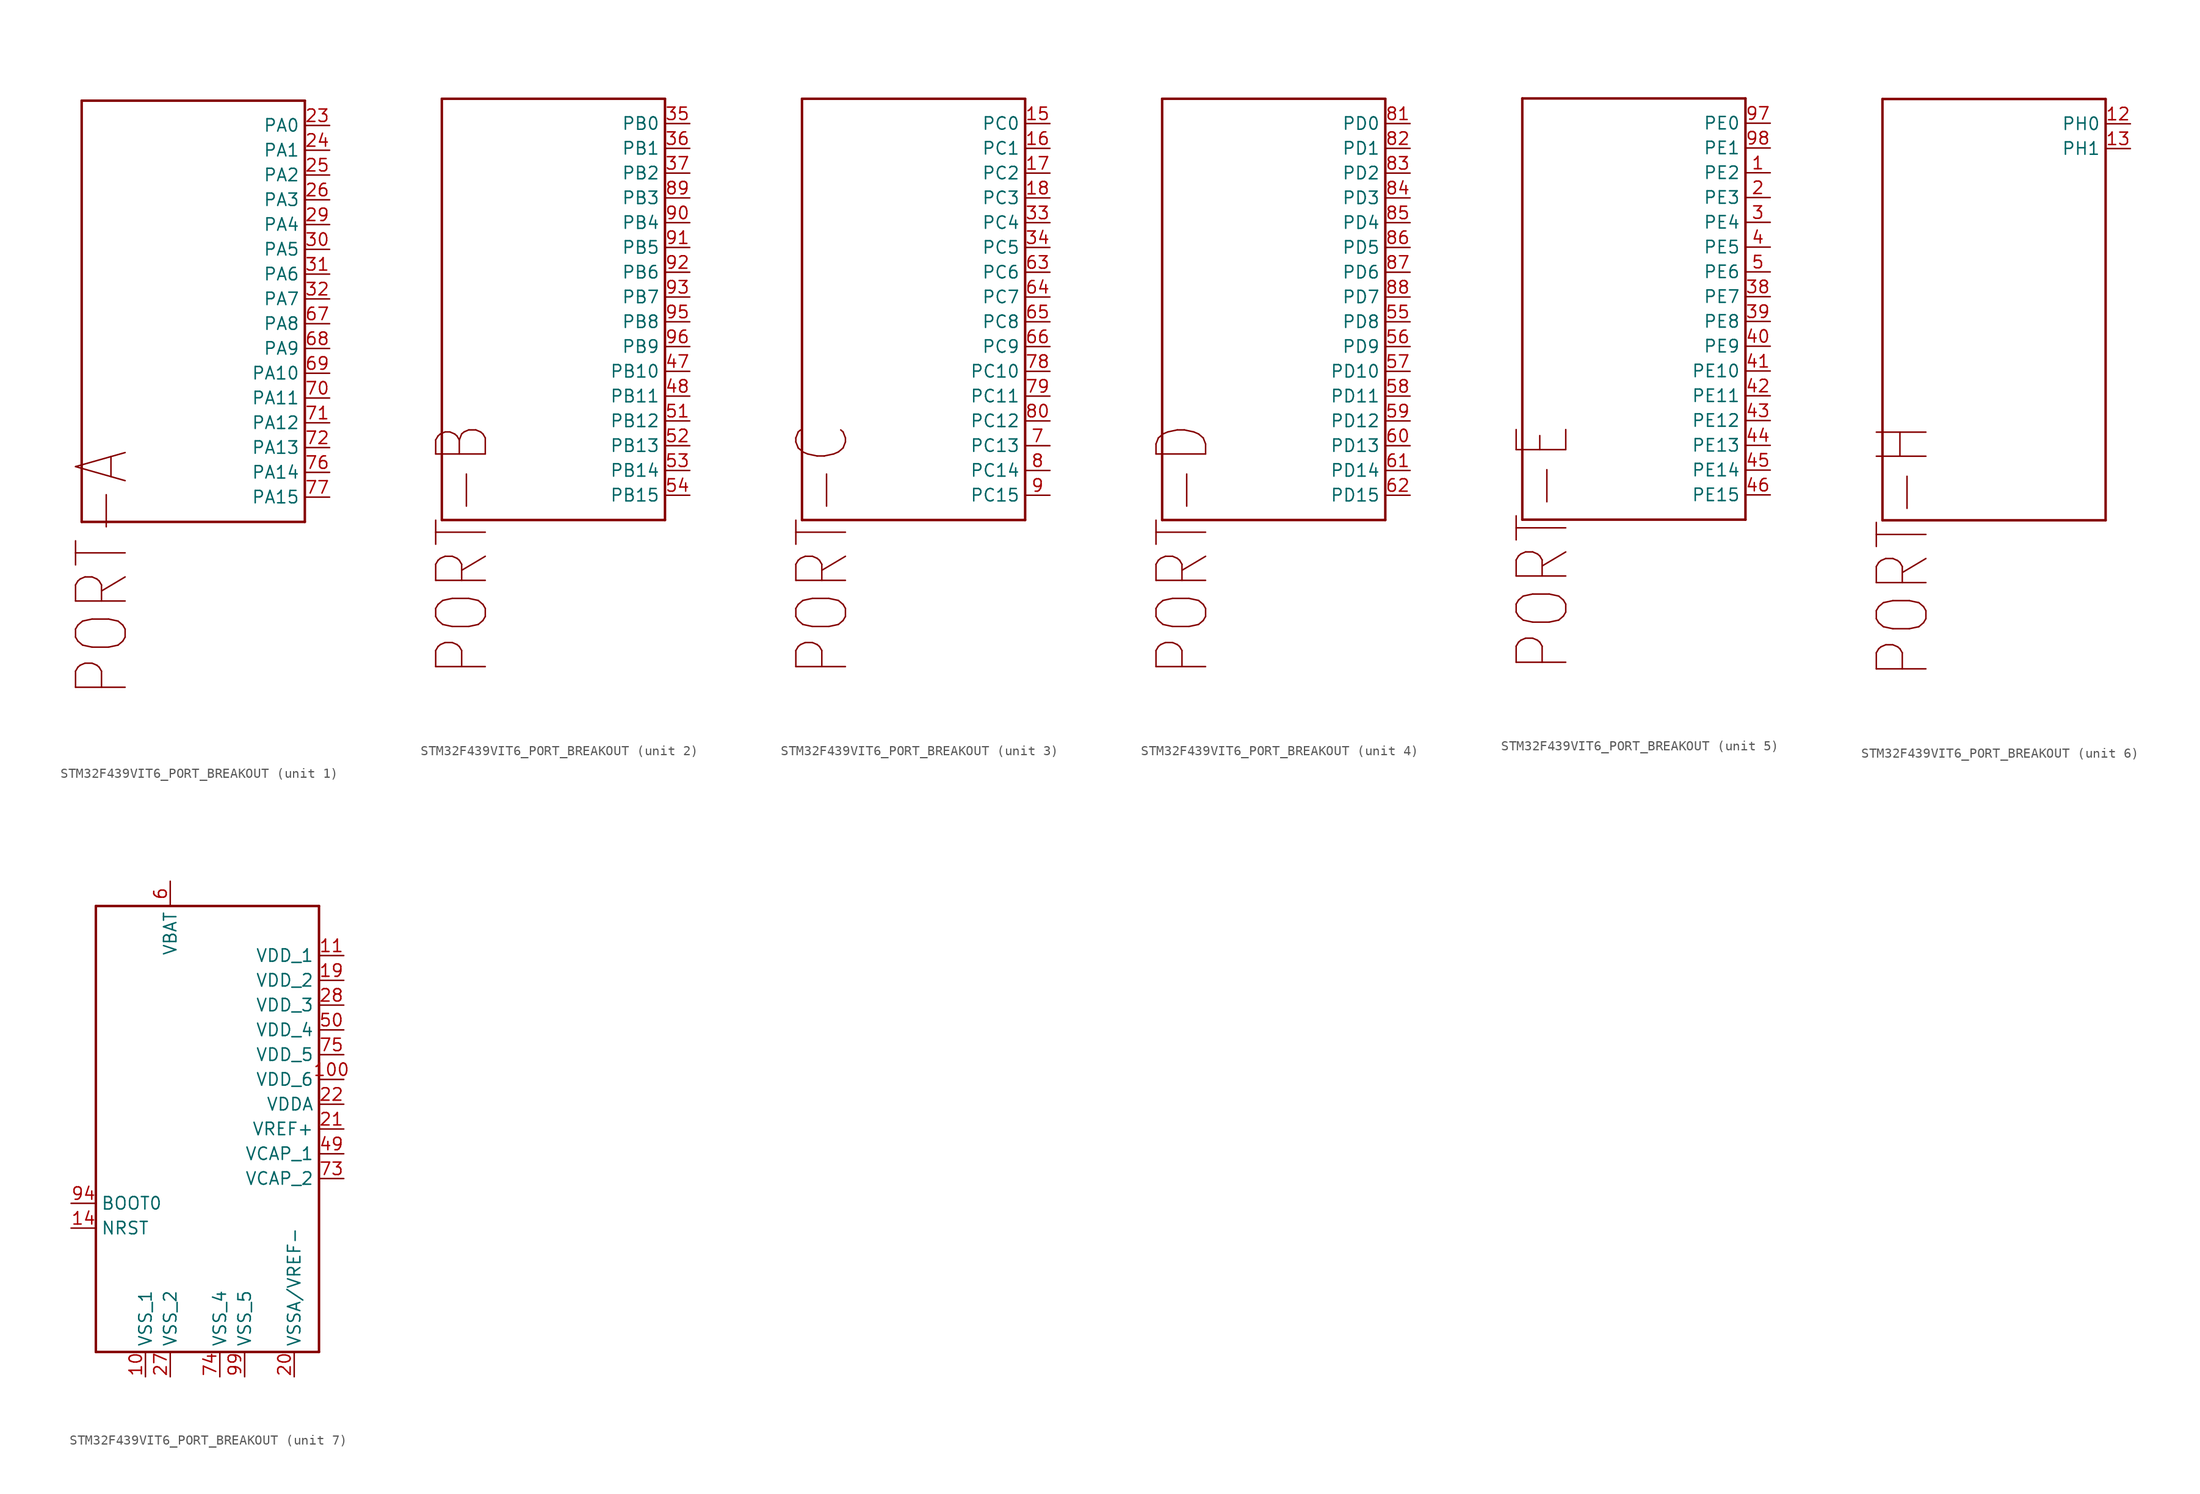
<source format=kicad_sym>
(kicad_symbol_lib
  (version 20211014)
  (generator kicad_symbol_editor)
  (symbol "STM32F439VIT6_PORT_BREAKOUT"
    (property "Reference" "IC"
      (at 0 0 0)
      (effects (font (size 1.27 1.27)) hide))
    (property "ki_locked" ""
      (at 0 0 0)
      (effects (font (size 1.27 1.27))))
    (symbol "STM32F439VIT6_PORT_BREAKOUT_1_0"
      (polyline (pts (xy -12.7 20.32) (xy -12.7 -22.86)) (stroke (width 0.254) (type default) (color 0 0 0 0)) (fill (type none)))
      (polyline (pts (xy -12.7 20.32) (xy 10.16 20.32)) (stroke (width 0.254) (type default) (color 0 0 0 0)) (fill (type none)))
      (polyline (pts (xy 10.16 -22.86) (xy -12.7 -22.86)) (stroke (width 0.254) (type default) (color 0 0 0 0)) (fill (type none)))
      (polyline (pts (xy 10.16 -22.86) (xy 10.16 20.32)) (stroke (width 0.254) (type default) (color 0 0 0 0)) (fill (type none)))
      (text "PORT-A" (at -7.62 -15.24 900) (effects (font (size 5.08 4.318)) (justify right bottom)))
      (pin bidirectional line (at 12.7 17.78 180) (length 2.54) (name "PA0" (effects (font (size 1.27 1.27)))) (number "23" (effects (font (size 1.27 1.27)))))
      (pin bidirectional line (at 12.7 15.24 180) (length 2.54) (name "PA1" (effects (font (size 1.27 1.27)))) (number "24" (effects (font (size 1.27 1.27)))))
      (pin bidirectional line (at 12.7 12.7 180) (length 2.54) (name "PA2" (effects (font (size 1.27 1.27)))) (number "25" (effects (font (size 1.27 1.27)))))
      (pin bidirectional line (at 12.7 10.16 180) (length 2.54) (name "PA3" (effects (font (size 1.27 1.27)))) (number "26" (effects (font (size 1.27 1.27)))))
      (pin bidirectional line (at 12.7 7.62 180) (length 2.54) (name "PA4" (effects (font (size 1.27 1.27)))) (number "29" (effects (font (size 1.27 1.27)))))
      (pin bidirectional line (at 12.7 5.08 180) (length 2.54) (name "PA5" (effects (font (size 1.27 1.27)))) (number "30" (effects (font (size 1.27 1.27)))))
      (pin bidirectional line (at 12.7 2.54 180) (length 2.54) (name "PA6" (effects (font (size 1.27 1.27)))) (number "31" (effects (font (size 1.27 1.27)))))
      (pin bidirectional line (at 12.7 0 180) (length 2.54) (name "PA7" (effects (font (size 1.27 1.27)))) (number "32" (effects (font (size 1.27 1.27)))))
      (pin bidirectional line (at 12.7 -2.54 180) (length 2.54) (name "PA8" (effects (font (size 1.27 1.27)))) (number "67" (effects (font (size 1.27 1.27)))))
      (pin bidirectional line (at 12.7 -5.08 180) (length 2.54) (name "PA9" (effects (font (size 1.27 1.27)))) (number "68" (effects (font (size 1.27 1.27)))))
      (pin bidirectional line (at 12.7 -7.62 180) (length 2.54) (name "PA10" (effects (font (size 1.27 1.27)))) (number "69" (effects (font (size 1.27 1.27)))))
      (pin bidirectional line (at 12.7 -10.16 180) (length 2.54) (name "PA11" (effects (font (size 1.27 1.27)))) (number "70" (effects (font (size 1.27 1.27)))))
      (pin bidirectional line (at 12.7 -12.7 180) (length 2.54) (name "PA12" (effects (font (size 1.27 1.27)))) (number "71" (effects (font (size 1.27 1.27)))))
      (pin bidirectional line (at 12.7 -15.24 180) (length 2.54) (name "PA13" (effects (font (size 1.27 1.27)))) (number "72" (effects (font (size 1.27 1.27)))))
      (pin bidirectional line (at 12.7 -17.78 180) (length 2.54) (name "PA14" (effects (font (size 1.27 1.27)))) (number "76" (effects (font (size 1.27 1.27)))))
      (pin bidirectional line (at 12.7 -20.32 180) (length 2.54) (name "PA15" (effects (font (size 1.27 1.27)))) (number "77" (effects (font (size 1.27 1.27))))))
    (symbol "STM32F439VIT6_PORT_BREAKOUT_2_0"
      (polyline (pts (xy -12.7 20.32) (xy -12.7 -22.86)) (stroke (width 0.254) (type default) (color 0 0 0 0)) (fill (type none)))
      (polyline (pts (xy -12.7 20.32) (xy 10.16 20.32)) (stroke (width 0.254) (type default) (color 0 0 0 0)) (fill (type none)))
      (polyline (pts (xy 10.16 -22.86) (xy -12.7 -22.86)) (stroke (width 0.254) (type default) (color 0 0 0 0)) (fill (type none)))
      (polyline (pts (xy 10.16 -22.86) (xy 10.16 20.32)) (stroke (width 0.254) (type default) (color 0 0 0 0)) (fill (type none)))
      (text "PORT-B" (at -7.62 -12.7 900) (effects (font (size 5.08 4.318)) (justify right bottom)))
      (pin bidirectional line (at 12.7 17.78 180) (length 2.54) (name "PB0" (effects (font (size 1.27 1.27)))) (number "35" (effects (font (size 1.27 1.27)))))
      (pin bidirectional line (at 12.7 15.24 180) (length 2.54) (name "PB1" (effects (font (size 1.27 1.27)))) (number "36" (effects (font (size 1.27 1.27)))))
      (pin bidirectional line (at 12.7 12.7 180) (length 2.54) (name "PB2" (effects (font (size 1.27 1.27)))) (number "37" (effects (font (size 1.27 1.27)))))
      (pin bidirectional line (at 12.7 -7.62 180) (length 2.54) (name "PB10" (effects (font (size 1.27 1.27)))) (number "47" (effects (font (size 1.27 1.27)))))
      (pin bidirectional line (at 12.7 -10.16 180) (length 2.54) (name "PB11" (effects (font (size 1.27 1.27)))) (number "48" (effects (font (size 1.27 1.27)))))
      (pin bidirectional line (at 12.7 -12.7 180) (length 2.54) (name "PB12" (effects (font (size 1.27 1.27)))) (number "51" (effects (font (size 1.27 1.27)))))
      (pin bidirectional line (at 12.7 -15.24 180) (length 2.54) (name "PB13" (effects (font (size 1.27 1.27)))) (number "52" (effects (font (size 1.27 1.27)))))
      (pin bidirectional line (at 12.7 -17.78 180) (length 2.54) (name "PB14" (effects (font (size 1.27 1.27)))) (number "53" (effects (font (size 1.27 1.27)))))
      (pin bidirectional line (at 12.7 -20.32 180) (length 2.54) (name "PB15" (effects (font (size 1.27 1.27)))) (number "54" (effects (font (size 1.27 1.27)))))
      (pin bidirectional line (at 12.7 10.16 180) (length 2.54) (name "PB3" (effects (font (size 1.27 1.27)))) (number "89" (effects (font (size 1.27 1.27)))))
      (pin bidirectional line (at 12.7 7.62 180) (length 2.54) (name "PB4" (effects (font (size 1.27 1.27)))) (number "90" (effects (font (size 1.27 1.27)))))
      (pin bidirectional line (at 12.7 5.08 180) (length 2.54) (name "PB5" (effects (font (size 1.27 1.27)))) (number "91" (effects (font (size 1.27 1.27)))))
      (pin bidirectional line (at 12.7 2.54 180) (length 2.54) (name "PB6" (effects (font (size 1.27 1.27)))) (number "92" (effects (font (size 1.27 1.27)))))
      (pin bidirectional line (at 12.7 0 180) (length 2.54) (name "PB7" (effects (font (size 1.27 1.27)))) (number "93" (effects (font (size 1.27 1.27)))))
      (pin bidirectional line (at 12.7 -2.54 180) (length 2.54) (name "PB8" (effects (font (size 1.27 1.27)))) (number "95" (effects (font (size 1.27 1.27)))))
      (pin bidirectional line (at 12.7 -5.08 180) (length 2.54) (name "PB9" (effects (font (size 1.27 1.27)))) (number "96" (effects (font (size 1.27 1.27))))))
    (symbol "STM32F439VIT6_PORT_BREAKOUT_3_0"
      (polyline (pts (xy -12.7 20.32) (xy -12.7 -22.86)) (stroke (width 0.254) (type default) (color 0 0 0 0)) (fill (type none)))
      (polyline (pts (xy -12.7 20.32) (xy 10.16 20.32)) (stroke (width 0.254) (type default) (color 0 0 0 0)) (fill (type none)))
      (polyline (pts (xy 10.16 -22.86) (xy -12.7 -22.86)) (stroke (width 0.254) (type default) (color 0 0 0 0)) (fill (type none)))
      (polyline (pts (xy 10.16 -22.86) (xy 10.16 20.32)) (stroke (width 0.254) (type default) (color 0 0 0 0)) (fill (type none)))
      (text "PORT-C" (at -7.62 -12.7 900) (effects (font (size 5.08 4.318)) (justify right bottom)))
      (pin bidirectional line (at 12.7 17.78 180) (length 2.54) (name "PC0" (effects (font (size 1.27 1.27)))) (number "15" (effects (font (size 1.27 1.27)))))
      (pin bidirectional line (at 12.7 15.24 180) (length 2.54) (name "PC1" (effects (font (size 1.27 1.27)))) (number "16" (effects (font (size 1.27 1.27)))))
      (pin bidirectional line (at 12.7 12.7 180) (length 2.54) (name "PC2" (effects (font (size 1.27 1.27)))) (number "17" (effects (font (size 1.27 1.27)))))
      (pin bidirectional line (at 12.7 10.16 180) (length 2.54) (name "PC3" (effects (font (size 1.27 1.27)))) (number "18" (effects (font (size 1.27 1.27)))))
      (pin bidirectional line (at 12.7 7.62 180) (length 2.54) (name "PC4" (effects (font (size 1.27 1.27)))) (number "33" (effects (font (size 1.27 1.27)))))
      (pin bidirectional line (at 12.7 5.08 180) (length 2.54) (name "PC5" (effects (font (size 1.27 1.27)))) (number "34" (effects (font (size 1.27 1.27)))))
      (pin bidirectional line (at 12.7 2.54 180) (length 2.54) (name "PC6" (effects (font (size 1.27 1.27)))) (number "63" (effects (font (size 1.27 1.27)))))
      (pin bidirectional line (at 12.7 0 180) (length 2.54) (name "PC7" (effects (font (size 1.27 1.27)))) (number "64" (effects (font (size 1.27 1.27)))))
      (pin bidirectional line (at 12.7 -2.54 180) (length 2.54) (name "PC8" (effects (font (size 1.27 1.27)))) (number "65" (effects (font (size 1.27 1.27)))))
      (pin bidirectional line (at 12.7 -5.08 180) (length 2.54) (name "PC9" (effects (font (size 1.27 1.27)))) (number "66" (effects (font (size 1.27 1.27)))))
      (pin bidirectional line (at 12.7 -15.24 180) (length 2.54) (name "PC13" (effects (font (size 1.27 1.27)))) (number "7" (effects (font (size 1.27 1.27)))))
      (pin bidirectional line (at 12.7 -7.62 180) (length 2.54) (name "PC10" (effects (font (size 1.27 1.27)))) (number "78" (effects (font (size 1.27 1.27)))))
      (pin bidirectional line (at 12.7 -10.16 180) (length 2.54) (name "PC11" (effects (font (size 1.27 1.27)))) (number "79" (effects (font (size 1.27 1.27)))))
      (pin bidirectional line (at 12.7 -17.78 180) (length 2.54) (name "PC14" (effects (font (size 1.27 1.27)))) (number "8" (effects (font (size 1.27 1.27)))))
      (pin bidirectional line (at 12.7 -12.7 180) (length 2.54) (name "PC12" (effects (font (size 1.27 1.27)))) (number "80" (effects (font (size 1.27 1.27)))))
      (pin bidirectional line (at 12.7 -20.32 180) (length 2.54) (name "PC15" (effects (font (size 1.27 1.27)))) (number "9" (effects (font (size 1.27 1.27))))))
    (symbol "STM32F439VIT6_PORT_BREAKOUT_4_0"
      (polyline (pts (xy -12.7 20.32) (xy -12.7 -22.86)) (stroke (width 0.254) (type default) (color 0 0 0 0)) (fill (type none)))
      (polyline (pts (xy -12.7 20.32) (xy 10.16 20.32)) (stroke (width 0.254) (type default) (color 0 0 0 0)) (fill (type none)))
      (polyline (pts (xy 10.16 -22.86) (xy -12.7 -22.86)) (stroke (width 0.254) (type default) (color 0 0 0 0)) (fill (type none)))
      (polyline (pts (xy 10.16 -22.86) (xy 10.16 20.32)) (stroke (width 0.254) (type default) (color 0 0 0 0)) (fill (type none)))
      (text "PORT-D" (at -7.62 -12.7 900) (effects (font (size 5.08 4.318)) (justify right bottom)))
      (pin bidirectional line (at 12.7 -2.54 180) (length 2.54) (name "PD8" (effects (font (size 1.27 1.27)))) (number "55" (effects (font (size 1.27 1.27)))))
      (pin bidirectional line (at 12.7 -5.08 180) (length 2.54) (name "PD9" (effects (font (size 1.27 1.27)))) (number "56" (effects (font (size 1.27 1.27)))))
      (pin bidirectional line (at 12.7 -7.62 180) (length 2.54) (name "PD10" (effects (font (size 1.27 1.27)))) (number "57" (effects (font (size 1.27 1.27)))))
      (pin bidirectional line (at 12.7 -10.16 180) (length 2.54) (name "PD11" (effects (font (size 1.27 1.27)))) (number "58" (effects (font (size 1.27 1.27)))))
      (pin bidirectional line (at 12.7 -12.7 180) (length 2.54) (name "PD12" (effects (font (size 1.27 1.27)))) (number "59" (effects (font (size 1.27 1.27)))))
      (pin bidirectional line (at 12.7 -15.24 180) (length 2.54) (name "PD13" (effects (font (size 1.27 1.27)))) (number "60" (effects (font (size 1.27 1.27)))))
      (pin bidirectional line (at 12.7 -17.78 180) (length 2.54) (name "PD14" (effects (font (size 1.27 1.27)))) (number "61" (effects (font (size 1.27 1.27)))))
      (pin bidirectional line (at 12.7 -20.32 180) (length 2.54) (name "PD15" (effects (font (size 1.27 1.27)))) (number "62" (effects (font (size 1.27 1.27)))))
      (pin bidirectional line (at 12.7 17.78 180) (length 2.54) (name "PD0" (effects (font (size 1.27 1.27)))) (number "81" (effects (font (size 1.27 1.27)))))
      (pin bidirectional line (at 12.7 15.24 180) (length 2.54) (name "PD1" (effects (font (size 1.27 1.27)))) (number "82" (effects (font (size 1.27 1.27)))))
      (pin bidirectional line (at 12.7 12.7 180) (length 2.54) (name "PD2" (effects (font (size 1.27 1.27)))) (number "83" (effects (font (size 1.27 1.27)))))
      (pin bidirectional line (at 12.7 10.16 180) (length 2.54) (name "PD3" (effects (font (size 1.27 1.27)))) (number "84" (effects (font (size 1.27 1.27)))))
      (pin bidirectional line (at 12.7 7.62 180) (length 2.54) (name "PD4" (effects (font (size 1.27 1.27)))) (number "85" (effects (font (size 1.27 1.27)))))
      (pin bidirectional line (at 12.7 5.08 180) (length 2.54) (name "PD5" (effects (font (size 1.27 1.27)))) (number "86" (effects (font (size 1.27 1.27)))))
      (pin bidirectional line (at 12.7 2.54 180) (length 2.54) (name "PD6" (effects (font (size 1.27 1.27)))) (number "87" (effects (font (size 1.27 1.27)))))
      (pin bidirectional line (at 12.7 0 180) (length 2.54) (name "PD7" (effects (font (size 1.27 1.27)))) (number "88" (effects (font (size 1.27 1.27))))))
    (symbol "STM32F439VIT6_PORT_BREAKOUT_5_0"
      (polyline (pts (xy -12.7 20.32) (xy -12.7 -22.86)) (stroke (width 0.254) (type default) (color 0 0 0 0)) (fill (type none)))
      (polyline (pts (xy -12.7 20.32) (xy 10.16 20.32)) (stroke (width 0.254) (type default) (color 0 0 0 0)) (fill (type none)))
      (polyline (pts (xy 10.16 -22.86) (xy -12.7 -22.86)) (stroke (width 0.254) (type default) (color 0 0 0 0)) (fill (type none)))
      (polyline (pts (xy 10.16 -22.86) (xy 10.16 20.32)) (stroke (width 0.254) (type default) (color 0 0 0 0)) (fill (type none)))
      (text "PORT-E" (at -7.62 -12.7 900) (effects (font (size 5.08 4.318)) (justify right bottom)))
      (pin bidirectional line (at 12.7 12.7 180) (length 2.54) (name "PE2" (effects (font (size 1.27 1.27)))) (number "1" (effects (font (size 1.27 1.27)))))
      (pin bidirectional line (at 12.7 10.16 180) (length 2.54) (name "PE3" (effects (font (size 1.27 1.27)))) (number "2" (effects (font (size 1.27 1.27)))))
      (pin bidirectional line (at 12.7 7.62 180) (length 2.54) (name "PE4" (effects (font (size 1.27 1.27)))) (number "3" (effects (font (size 1.27 1.27)))))
      (pin bidirectional line (at 12.7 0 180) (length 2.54) (name "PE7" (effects (font (size 1.27 1.27)))) (number "38" (effects (font (size 1.27 1.27)))))
      (pin bidirectional line (at 12.7 -2.54 180) (length 2.54) (name "PE8" (effects (font (size 1.27 1.27)))) (number "39" (effects (font (size 1.27 1.27)))))
      (pin bidirectional line (at 12.7 5.08 180) (length 2.54) (name "PE5" (effects (font (size 1.27 1.27)))) (number "4" (effects (font (size 1.27 1.27)))))
      (pin bidirectional line (at 12.7 -5.08 180) (length 2.54) (name "PE9" (effects (font (size 1.27 1.27)))) (number "40" (effects (font (size 1.27 1.27)))))
      (pin bidirectional line (at 12.7 -7.62 180) (length 2.54) (name "PE10" (effects (font (size 1.27 1.27)))) (number "41" (effects (font (size 1.27 1.27)))))
      (pin bidirectional line (at 12.7 -10.16 180) (length 2.54) (name "PE11" (effects (font (size 1.27 1.27)))) (number "42" (effects (font (size 1.27 1.27)))))
      (pin bidirectional line (at 12.7 -12.7 180) (length 2.54) (name "PE12" (effects (font (size 1.27 1.27)))) (number "43" (effects (font (size 1.27 1.27)))))
      (pin bidirectional line (at 12.7 -15.24 180) (length 2.54) (name "PE13" (effects (font (size 1.27 1.27)))) (number "44" (effects (font (size 1.27 1.27)))))
      (pin bidirectional line (at 12.7 -17.78 180) (length 2.54) (name "PE14" (effects (font (size 1.27 1.27)))) (number "45" (effects (font (size 1.27 1.27)))))
      (pin bidirectional line (at 12.7 -20.32 180) (length 2.54) (name "PE15" (effects (font (size 1.27 1.27)))) (number "46" (effects (font (size 1.27 1.27)))))
      (pin bidirectional line (at 12.7 2.54 180) (length 2.54) (name "PE6" (effects (font (size 1.27 1.27)))) (number "5" (effects (font (size 1.27 1.27)))))
      (pin bidirectional line (at 12.7 17.78 180) (length 2.54) (name "PE0" (effects (font (size 1.27 1.27)))) (number "97" (effects (font (size 1.27 1.27)))))
      (pin bidirectional line (at 12.7 15.24 180) (length 2.54) (name "PE1" (effects (font (size 1.27 1.27)))) (number "98" (effects (font (size 1.27 1.27))))))
    (symbol "STM32F439VIT6_PORT_BREAKOUT_6_0"
      (polyline (pts (xy -12.7 20.32) (xy -12.7 -22.86)) (stroke (width 0.254) (type default) (color 0 0 0 0)) (fill (type none)))
      (polyline (pts (xy -12.7 20.32) (xy 10.16 20.32)) (stroke (width 0.254) (type default) (color 0 0 0 0)) (fill (type none)))
      (polyline (pts (xy 10.16 -22.86) (xy -12.7 -22.86)) (stroke (width 0.254) (type default) (color 0 0 0 0)) (fill (type none)))
      (polyline (pts (xy 10.16 -22.86) (xy 10.16 20.32)) (stroke (width 0.254) (type default) (color 0 0 0 0)) (fill (type none)))
      (text "PORT-H" (at -7.62 -12.7 900) (effects (font (size 5.08 4.318)) (justify right bottom)))
      (pin bidirectional line (at 12.7 17.78 180) (length 2.54) (name "PH0" (effects (font (size 1.27 1.27)))) (number "12" (effects (font (size 1.27 1.27)))))
      (pin bidirectional line (at 12.7 15.24 180) (length 2.54) (name "PH1" (effects (font (size 1.27 1.27)))) (number "13" (effects (font (size 1.27 1.27))))))
    (symbol "STM32F439VIT6_PORT_BREAKOUT_7_0"
      (polyline (pts (xy -10.16 20.32) (xy -10.16 -25.4)) (stroke (width 0.254) (type default) (color 0 0 0 0)) (fill (type none)))
      (polyline (pts (xy -10.16 20.32) (xy 12.7 20.32)) (stroke (width 0.254) (type default) (color 0 0 0 0)) (fill (type none)))
      (polyline (pts (xy 12.7 -25.4) (xy -10.16 -25.4)) (stroke (width 0.254) (type default) (color 0 0 0 0)) (fill (type none)))
      (polyline (pts (xy 12.7 -25.4) (xy 12.7 20.32)) (stroke (width 0.254) (type default) (color 0 0 0 0)) (fill (type none)))
      (pin bidirectional line (at -5.08 -27.94 90) (length 2.54) (name "VSS_1" (effects (font (size 1.27 1.27)))) (number "10" (effects (font (size 1.27 1.27)))))
      (pin bidirectional line (at 15.24 2.54 180) (length 2.54) (name "VDD_6" (effects (font (size 1.27 1.27)))) (number "100" (effects (font (size 1.27 1.27)))))
      (pin bidirectional line (at 15.24 15.24 180) (length 2.54) (name "VDD_1" (effects (font (size 1.27 1.27)))) (number "11" (effects (font (size 1.27 1.27)))))
      (pin bidirectional line (at -12.7 -12.7 0) (length 2.54) (name "NRST" (effects (font (size 1.27 1.27)))) (number "14" (effects (font (size 1.27 1.27)))))
      (pin bidirectional line (at 15.24 12.7 180) (length 2.54) (name "VDD_2" (effects (font (size 1.27 1.27)))) (number "19" (effects (font (size 1.27 1.27)))))
      (pin bidirectional line (at 10.16 -27.94 90) (length 2.54) (name "VSSA/VREF-" (effects (font (size 1.27 1.27)))) (number "20" (effects (font (size 1.27 1.27)))))
      (pin bidirectional line (at 15.24 -2.54 180) (length 2.54) (name "VREF+" (effects (font (size 1.27 1.27)))) (number "21" (effects (font (size 1.27 1.27)))))
      (pin bidirectional line (at 15.24 0 180) (length 2.54) (name "VDDA" (effects (font (size 1.27 1.27)))) (number "22" (effects (font (size 1.27 1.27)))))
      (pin bidirectional line (at -2.54 -27.94 90) (length 2.54) (name "VSS_2" (effects (font (size 1.27 1.27)))) (number "27" (effects (font (size 1.27 1.27)))))
      (pin bidirectional line (at 15.24 10.16 180) (length 2.54) (name "VDD_3" (effects (font (size 1.27 1.27)))) (number "28" (effects (font (size 1.27 1.27)))))
      (pin bidirectional line (at 15.24 -5.08 180) (length 2.54) (name "VCAP_1" (effects (font (size 1.27 1.27)))) (number "49" (effects (font (size 1.27 1.27)))))
      (pin bidirectional line (at 15.24 7.62 180) (length 2.54) (name "VDD_4" (effects (font (size 1.27 1.27)))) (number "50" (effects (font (size 1.27 1.27)))))
      (pin bidirectional line (at -2.54 22.86 270) (length 2.54) (name "VBAT" (effects (font (size 1.27 1.27)))) (number "6" (effects (font (size 1.27 1.27)))))
      (pin bidirectional line (at 15.24 -7.62 180) (length 2.54) (name "VCAP_2" (effects (font (size 1.27 1.27)))) (number "73" (effects (font (size 1.27 1.27)))))
      (pin bidirectional line (at 2.54 -27.94 90) (length 2.54) (name "VSS_4" (effects (font (size 1.27 1.27)))) (number "74" (effects (font (size 1.27 1.27)))))
      (pin bidirectional line (at 15.24 5.08 180) (length 2.54) (name "VDD_5" (effects (font (size 1.27 1.27)))) (number "75" (effects (font (size 1.27 1.27)))))
      (pin bidirectional line (at -12.7 -10.16 0) (length 2.54) (name "BOOT0" (effects (font (size 1.27 1.27)))) (number "94" (effects (font (size 1.27 1.27)))))
      (pin bidirectional line (at 5.08 -27.94 90) (length 2.54) (name "VSS_5" (effects (font (size 1.27 1.27)))) (number "99" (effects (font (size 1.27 1.27))))))))
</source>
